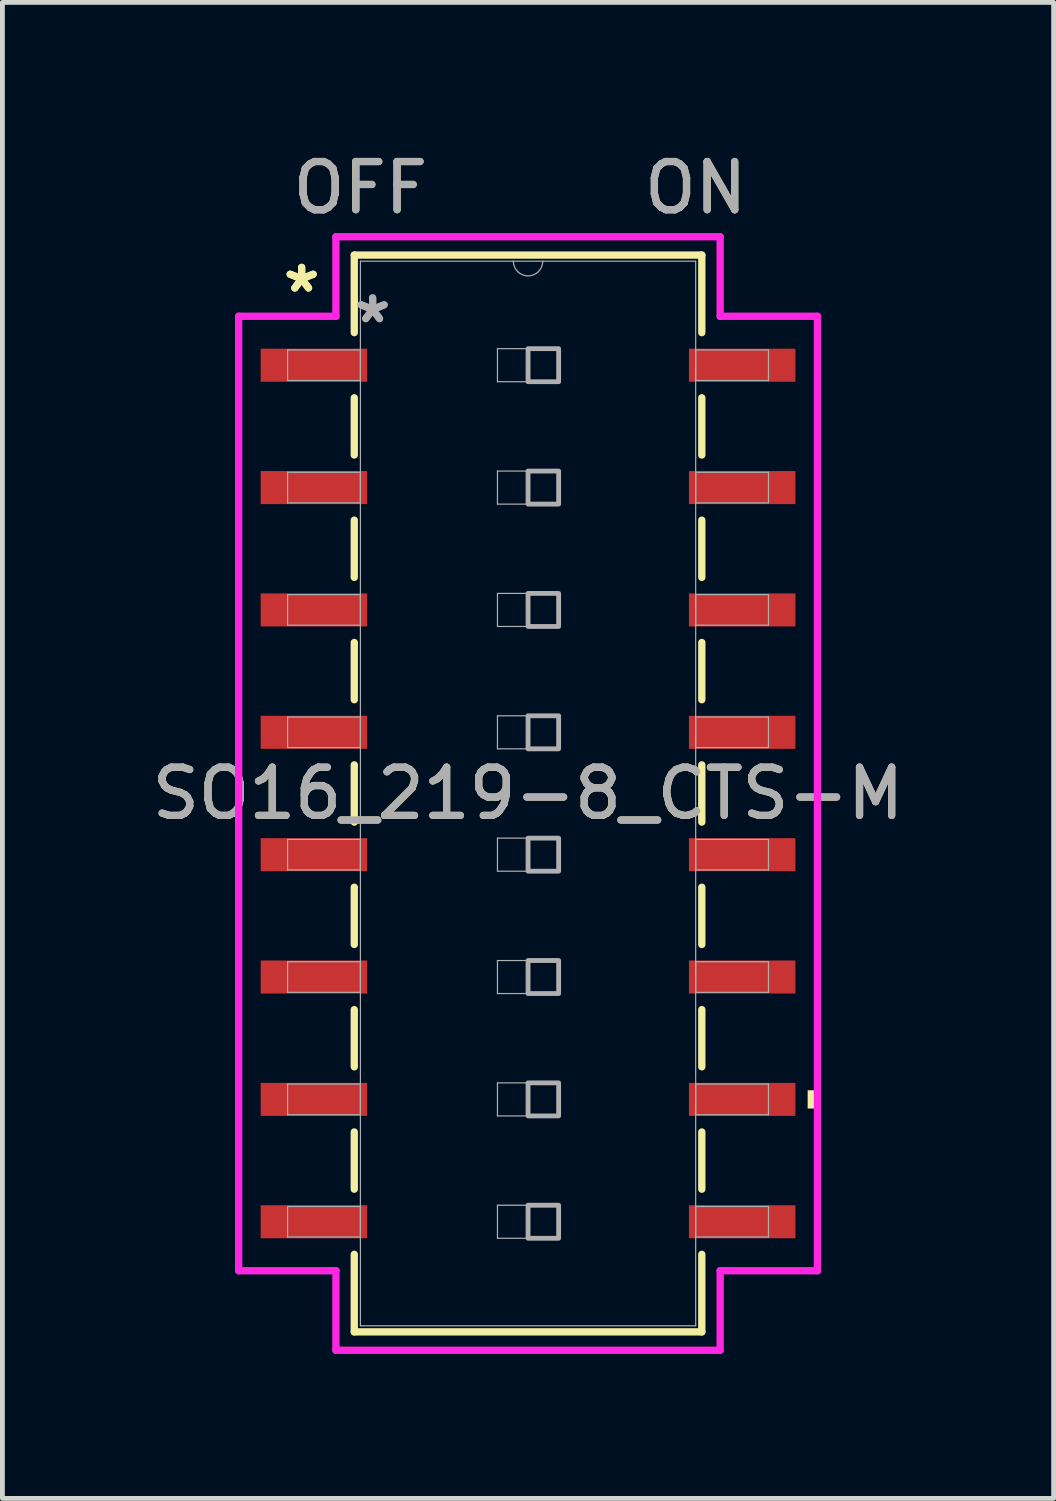
<source format=kicad_pcb>
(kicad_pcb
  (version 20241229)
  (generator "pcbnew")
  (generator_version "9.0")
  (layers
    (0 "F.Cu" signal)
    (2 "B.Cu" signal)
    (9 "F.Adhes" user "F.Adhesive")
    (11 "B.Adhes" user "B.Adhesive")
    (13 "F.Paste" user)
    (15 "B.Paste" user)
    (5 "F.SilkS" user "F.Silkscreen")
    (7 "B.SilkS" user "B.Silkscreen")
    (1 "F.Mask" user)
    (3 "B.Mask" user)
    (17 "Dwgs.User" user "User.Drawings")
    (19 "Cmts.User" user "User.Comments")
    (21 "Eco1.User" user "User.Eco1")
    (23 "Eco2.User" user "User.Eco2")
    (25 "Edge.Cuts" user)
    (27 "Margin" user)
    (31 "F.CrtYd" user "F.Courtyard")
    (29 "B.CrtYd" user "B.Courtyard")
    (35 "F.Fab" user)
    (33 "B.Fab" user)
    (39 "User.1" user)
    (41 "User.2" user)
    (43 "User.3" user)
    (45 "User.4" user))
  (footprint "SO16_219-8_CTS-M"
    (layer "F.Cu")
    (at 7.911 13.421)
    (property "Reference" "SO16_219-8_CTS-M" (at 0 0 0) (unlocked yes) (layer "F.SilkS") (effects (font (size 1 1) (thickness 0.15))))
    (attr smd)
    (fp_line (start -3.607 -11.176) (end -3.607 -9.566) (stroke (width 0.152) (type solid)) (layer "F.SilkS"))
    (fp_line (start -3.607 -8.214) (end -3.607 -7.026) (stroke (width 0.152) (type solid)) (layer "F.SilkS"))
    (fp_line (start -3.607 -5.674) (end -3.607 -4.486) (stroke (width 0.152) (type solid)) (layer "F.SilkS"))
    (fp_line (start -3.607 -3.134) (end -3.607 -1.946) (stroke (width 0.152) (type solid)) (layer "F.SilkS"))
    (fp_line (start -3.607 -0.594) (end -3.607 0.594) (stroke (width 0.152) (type solid)) (layer "F.SilkS"))
    (fp_line (start -3.607 1.946) (end -3.607 3.134) (stroke (width 0.152) (type solid)) (layer "F.SilkS"))
    (fp_line (start -3.607 4.486) (end -3.607 5.674) (stroke (width 0.152) (type solid)) (layer "F.SilkS"))
    (fp_line (start -3.607 7.026) (end -3.607 8.214) (stroke (width 0.152) (type solid)) (layer "F.SilkS"))
    (fp_line (start -3.607 9.566) (end -3.607 11.176) (stroke (width 0.152) (type solid)) (layer "F.SilkS"))
    (fp_line (start -3.607 11.176) (end 3.607 11.176) (stroke (width 0.152) (type solid)) (layer "F.SilkS"))
    (fp_line (start 3.607 -11.176) (end -3.607 -11.176) (stroke (width 0.152) (type solid)) (layer "F.SilkS"))
    (fp_line (start 3.607 -9.566) (end 3.607 -11.176) (stroke (width 0.152) (type solid)) (layer "F.SilkS"))
    (fp_line (start 3.607 -7.026) (end 3.607 -8.214) (stroke (width 0.152) (type solid)) (layer "F.SilkS"))
    (fp_line (start 3.607 -4.486) (end 3.607 -5.674) (stroke (width 0.152) (type solid)) (layer "F.SilkS"))
    (fp_line (start 3.607 -1.946) (end 3.607 -3.134) (stroke (width 0.152) (type solid)) (layer "F.SilkS"))
    (fp_line (start 3.607 0.594) (end 3.607 -0.594) (stroke (width 0.152) (type solid)) (layer "F.SilkS"))
    (fp_line (start 3.607 3.134) (end 3.607 1.946) (stroke (width 0.152) (type solid)) (layer "F.SilkS"))
    (fp_line (start 3.607 5.674) (end 3.607 4.486) (stroke (width 0.152) (type solid)) (layer "F.SilkS"))
    (fp_line (start 3.607 8.214) (end 3.607 7.026) (stroke (width 0.152) (type solid)) (layer "F.SilkS"))
    (fp_line (start 3.607 11.176) (end 3.607 9.566) (stroke (width 0.152) (type solid)) (layer "F.SilkS"))
    (fp_poly (pts (xy 6.058 6.16) (xy 6.058 6.54) (xy 5.804 6.54) (xy 5.804 6.16)) (stroke (width 0) (type solid)) (fill yes) (layer "F.SilkS"))
    (fp_line (start -6.007 -9.906) (end -3.988 -9.906) (stroke (width 0.152) (type solid)) (layer "F.CrtYd"))
    (fp_line (start -6.007 9.906) (end -6.007 -9.906) (stroke (width 0.152) (type solid)) (layer "F.CrtYd"))
    (fp_line (start -3.988 -11.557) (end 3.988 -11.557) (stroke (width 0.152) (type solid)) (layer "F.CrtYd"))
    (fp_line (start -3.988 -9.906) (end -3.988 -11.557) (stroke (width 0.152) (type solid)) (layer "F.CrtYd"))
    (fp_line (start -3.988 9.906) (end -6.007 9.906) (stroke (width 0.152) (type solid)) (layer "F.CrtYd"))
    (fp_line (start -3.988 11.557) (end -3.988 9.906) (stroke (width 0.152) (type solid)) (layer "F.CrtYd"))
    (fp_line (start 3.988 -11.557) (end 3.988 -9.906) (stroke (width 0.152) (type solid)) (layer "F.CrtYd"))
    (fp_line (start 3.988 -9.906) (end 6.007 -9.906) (stroke (width 0.152) (type solid)) (layer "F.CrtYd"))
    (fp_line (start 3.988 9.906) (end 3.988 11.557) (stroke (width 0.152) (type solid)) (layer "F.CrtYd"))
    (fp_line (start 3.988 11.557) (end -3.988 11.557) (stroke (width 0.152) (type solid)) (layer "F.CrtYd"))
    (fp_line (start 6.007 -9.906) (end 6.007 9.906) (stroke (width 0.152) (type solid)) (layer "F.CrtYd"))
    (fp_line (start 6.007 9.906) (end 3.988 9.906) (stroke (width 0.152) (type solid)) (layer "F.CrtYd"))
    (fp_line (start -4.991 -9.207) (end -4.991 -8.572) (stroke (width 0.025) (type solid)) (layer "F.Fab"))
    (fp_line (start -4.991 -8.572) (end -3.48 -8.572) (stroke (width 0.025) (type solid)) (layer "F.Fab"))
    (fp_line (start -4.991 -6.668) (end -4.991 -6.032) (stroke (width 0.025) (type solid)) (layer "F.Fab"))
    (fp_line (start -4.991 -6.032) (end -3.48 -6.032) (stroke (width 0.025) (type solid)) (layer "F.Fab"))
    (fp_line (start -4.991 -4.128) (end -4.991 -3.493) (stroke (width 0.025) (type solid)) (layer "F.Fab"))
    (fp_line (start -4.991 -3.493) (end -3.48 -3.493) (stroke (width 0.025) (type solid)) (layer "F.Fab"))
    (fp_line (start -4.991 -1.587) (end -4.991 -0.953) (stroke (width 0.025) (type solid)) (layer "F.Fab"))
    (fp_line (start -4.991 -0.953) (end -3.48 -0.953) (stroke (width 0.025) (type solid)) (layer "F.Fab"))
    (fp_line (start -4.991 0.953) (end -4.991 1.587) (stroke (width 0.025) (type solid)) (layer "F.Fab"))
    (fp_line (start -4.991 1.587) (end -3.48 1.587) (stroke (width 0.025) (type solid)) (layer "F.Fab"))
    (fp_line (start -4.991 3.493) (end -4.991 4.128) (stroke (width 0.025) (type solid)) (layer "F.Fab"))
    (fp_line (start -4.991 4.128) (end -3.48 4.128) (stroke (width 0.025) (type solid)) (layer "F.Fab"))
    (fp_line (start -4.991 6.032) (end -4.991 6.668) (stroke (width 0.025) (type solid)) (layer "F.Fab"))
    (fp_line (start -4.991 6.668) (end -3.48 6.668) (stroke (width 0.025) (type solid)) (layer "F.Fab"))
    (fp_line (start -4.991 8.572) (end -4.991 9.207) (stroke (width 0.025) (type solid)) (layer "F.Fab"))
    (fp_line (start -4.991 9.207) (end -3.48 9.207) (stroke (width 0.025) (type solid)) (layer "F.Fab"))
    (fp_line (start -3.48 -11.049) (end -3.48 11.049) (stroke (width 0.025) (type solid)) (layer "F.Fab"))
    (fp_line (start -3.48 -9.207) (end -4.991 -9.207) (stroke (width 0.025) (type solid)) (layer "F.Fab"))
    (fp_line (start -3.48 -8.572) (end -3.48 -9.207) (stroke (width 0.025) (type solid)) (layer "F.Fab"))
    (fp_line (start -3.48 -6.668) (end -4.991 -6.668) (stroke (width 0.025) (type solid)) (layer "F.Fab"))
    (fp_line (start -3.48 -6.032) (end -3.48 -6.668) (stroke (width 0.025) (type solid)) (layer "F.Fab"))
    (fp_line (start -3.48 -4.128) (end -4.991 -4.128) (stroke (width 0.025) (type solid)) (layer "F.Fab"))
    (fp_line (start -3.48 -3.493) (end -3.48 -4.128) (stroke (width 0.025) (type solid)) (layer "F.Fab"))
    (fp_line (start -3.48 -1.587) (end -4.991 -1.587) (stroke (width 0.025) (type solid)) (layer "F.Fab"))
    (fp_line (start -3.48 -0.953) (end -3.48 -1.587) (stroke (width 0.025) (type solid)) (layer "F.Fab"))
    (fp_line (start -3.48 0.953) (end -4.991 0.953) (stroke (width 0.025) (type solid)) (layer "F.Fab"))
    (fp_line (start -3.48 1.587) (end -3.48 0.953) (stroke (width 0.025) (type solid)) (layer "F.Fab"))
    (fp_line (start -3.48 3.493) (end -4.991 3.493) (stroke (width 0.025) (type solid)) (layer "F.Fab"))
    (fp_line (start -3.48 4.128) (end -3.48 3.493) (stroke (width 0.025) (type solid)) (layer "F.Fab"))
    (fp_line (start -3.48 6.032) (end -4.991 6.032) (stroke (width 0.025) (type solid)) (layer "F.Fab"))
    (fp_line (start -3.48 6.668) (end -3.48 6.032) (stroke (width 0.025) (type solid)) (layer "F.Fab"))
    (fp_line (start -3.48 8.572) (end -4.991 8.572) (stroke (width 0.025) (type solid)) (layer "F.Fab"))
    (fp_line (start -3.48 9.207) (end -3.48 8.572) (stroke (width 0.025) (type solid)) (layer "F.Fab"))
    (fp_line (start -3.48 11.049) (end 3.48 11.049) (stroke (width 0.025) (type solid)) (layer "F.Fab"))
    (fp_line (start -0.635 -9.233) (end 0.635 -9.233) (stroke (width 0.025) (type solid)) (layer "F.Fab"))
    (fp_line (start -0.635 -8.547) (end -0.635 -9.233) (stroke (width 0.025) (type solid)) (layer "F.Fab"))
    (fp_line (start -0.635 -6.693) (end 0.635 -6.693) (stroke (width 0.025) (type solid)) (layer "F.Fab"))
    (fp_line (start -0.635 -6.007) (end -0.635 -6.693) (stroke (width 0.025) (type solid)) (layer "F.Fab"))
    (fp_line (start -0.635 -4.153) (end 0.635 -4.153) (stroke (width 0.025) (type solid)) (layer "F.Fab"))
    (fp_line (start -0.635 -3.467) (end -0.635 -4.153) (stroke (width 0.025) (type solid)) (layer "F.Fab"))
    (fp_line (start -0.635 -1.613) (end 0.635 -1.613) (stroke (width 0.025) (type solid)) (layer "F.Fab"))
    (fp_line (start -0.635 -0.927) (end -0.635 -1.613) (stroke (width 0.025) (type solid)) (layer "F.Fab"))
    (fp_line (start -0.635 0.927) (end 0.635 0.927) (stroke (width 0.025) (type solid)) (layer "F.Fab"))
    (fp_line (start -0.635 1.613) (end -0.635 0.927) (stroke (width 0.025) (type solid)) (layer "F.Fab"))
    (fp_line (start -0.635 3.467) (end 0.635 3.467) (stroke (width 0.025) (type solid)) (layer "F.Fab"))
    (fp_line (start -0.635 4.153) (end -0.635 3.467) (stroke (width 0.025) (type solid)) (layer "F.Fab"))
    (fp_line (start -0.635 6.007) (end 0.635 6.007) (stroke (width 0.025) (type solid)) (layer "F.Fab"))
    (fp_line (start -0.635 6.693) (end -0.635 6.007) (stroke (width 0.025) (type solid)) (layer "F.Fab"))
    (fp_line (start -0.635 8.547) (end 0.635 8.547) (stroke (width 0.025) (type solid)) (layer "F.Fab"))
    (fp_line (start -0.635 9.233) (end -0.635 8.547) (stroke (width 0.025) (type solid)) (layer "F.Fab"))
    (fp_line (start 0.635 -9.233) (end 0.635 -8.547) (stroke (width 0.025) (type solid)) (layer "F.Fab"))
    (fp_line (start 0.635 -8.547) (end -0.635 -8.547) (stroke (width 0.025) (type solid)) (layer "F.Fab"))
    (fp_line (start 0.635 -6.693) (end 0.635 -6.007) (stroke (width 0.025) (type solid)) (layer "F.Fab"))
    (fp_line (start 0.635 -6.007) (end -0.635 -6.007) (stroke (width 0.025) (type solid)) (layer "F.Fab"))
    (fp_line (start 0.635 -4.153) (end 0.635 -3.467) (stroke (width 0.025) (type solid)) (layer "F.Fab"))
    (fp_line (start 0.635 -3.467) (end -0.635 -3.467) (stroke (width 0.025) (type solid)) (layer "F.Fab"))
    (fp_line (start 0.635 -1.613) (end 0.635 -0.927) (stroke (width 0.025) (type solid)) (layer "F.Fab"))
    (fp_line (start 0.635 -0.927) (end -0.635 -0.927) (stroke (width 0.025) (type solid)) (layer "F.Fab"))
    (fp_line (start 0.635 0.927) (end 0.635 1.613) (stroke (width 0.025) (type solid)) (layer "F.Fab"))
    (fp_line (start 0.635 1.613) (end -0.635 1.613) (stroke (width 0.025) (type solid)) (layer "F.Fab"))
    (fp_line (start 0.635 3.467) (end 0.635 4.153) (stroke (width 0.025) (type solid)) (layer "F.Fab"))
    (fp_line (start 0.635 4.153) (end -0.635 4.153) (stroke (width 0.025) (type solid)) (layer "F.Fab"))
    (fp_line (start 0.635 6.007) (end 0.635 6.693) (stroke (width 0.025) (type solid)) (layer "F.Fab"))
    (fp_line (start 0.635 6.693) (end -0.635 6.693) (stroke (width 0.025) (type solid)) (layer "F.Fab"))
    (fp_line (start 0.635 8.547) (end 0.635 9.233) (stroke (width 0.025) (type solid)) (layer "F.Fab"))
    (fp_line (start 0.635 9.233) (end -0.635 9.233) (stroke (width 0.025) (type solid)) (layer "F.Fab"))
    (fp_line (start 3.48 -11.049) (end -3.48 -11.049) (stroke (width 0.025) (type solid)) (layer "F.Fab"))
    (fp_line (start 3.48 -9.207) (end 3.48 -8.572) (stroke (width 0.025) (type solid)) (layer "F.Fab"))
    (fp_line (start 3.48 -8.572) (end 4.991 -8.572) (stroke (width 0.025) (type solid)) (layer "F.Fab"))
    (fp_line (start 3.48 -6.668) (end 3.48 -6.032) (stroke (width 0.025) (type solid)) (layer "F.Fab"))
    (fp_line (start 3.48 -6.032) (end 4.991 -6.032) (stroke (width 0.025) (type solid)) (layer "F.Fab"))
    (fp_line (start 3.48 -4.128) (end 3.48 -3.493) (stroke (width 0.025) (type solid)) (layer "F.Fab"))
    (fp_line (start 3.48 -3.493) (end 4.991 -3.493) (stroke (width 0.025) (type solid)) (layer "F.Fab"))
    (fp_line (start 3.48 -1.587) (end 3.48 -0.953) (stroke (width 0.025) (type solid)) (layer "F.Fab"))
    (fp_line (start 3.48 -0.953) (end 4.991 -0.953) (stroke (width 0.025) (type solid)) (layer "F.Fab"))
    (fp_line (start 3.48 0.953) (end 3.48 1.587) (stroke (width 0.025) (type solid)) (layer "F.Fab"))
    (fp_line (start 3.48 1.587) (end 4.991 1.587) (stroke (width 0.025) (type solid)) (layer "F.Fab"))
    (fp_line (start 3.48 3.493) (end 3.48 4.128) (stroke (width 0.025) (type solid)) (layer "F.Fab"))
    (fp_line (start 3.48 4.128) (end 4.991 4.128) (stroke (width 0.025) (type solid)) (layer "F.Fab"))
    (fp_line (start 3.48 6.032) (end 3.48 6.668) (stroke (width 0.025) (type solid)) (layer "F.Fab"))
    (fp_line (start 3.48 6.668) (end 4.991 6.668) (stroke (width 0.025) (type solid)) (layer "F.Fab"))
    (fp_line (start 3.48 8.572) (end 3.48 9.207) (stroke (width 0.025) (type solid)) (layer "F.Fab"))
    (fp_line (start 3.48 9.207) (end 4.991 9.207) (stroke (width 0.025) (type solid)) (layer "F.Fab"))
    (fp_line (start 3.48 11.049) (end 3.48 -11.049) (stroke (width 0.025) (type solid)) (layer "F.Fab"))
    (fp_line (start 4.991 -9.207) (end 3.48 -9.207) (stroke (width 0.025) (type solid)) (layer "F.Fab"))
    (fp_line (start 4.991 -8.572) (end 4.991 -9.207) (stroke (width 0.025) (type solid)) (layer "F.Fab"))
    (fp_line (start 4.991 -6.668) (end 3.48 -6.668) (stroke (width 0.025) (type solid)) (layer "F.Fab"))
    (fp_line (start 4.991 -6.032) (end 4.991 -6.668) (stroke (width 0.025) (type solid)) (layer "F.Fab"))
    (fp_line (start 4.991 -4.128) (end 3.48 -4.128) (stroke (width 0.025) (type solid)) (layer "F.Fab"))
    (fp_line (start 4.991 -3.493) (end 4.991 -4.128) (stroke (width 0.025) (type solid)) (layer "F.Fab"))
    (fp_line (start 4.991 -1.587) (end 3.48 -1.587) (stroke (width 0.025) (type solid)) (layer "F.Fab"))
    (fp_line (start 4.991 -0.953) (end 4.991 -1.587) (stroke (width 0.025) (type solid)) (layer "F.Fab"))
    (fp_line (start 4.991 0.953) (end 3.48 0.953) (stroke (width 0.025) (type solid)) (layer "F.Fab"))
    (fp_line (start 4.991 1.587) (end 4.991 0.953) (stroke (width 0.025) (type solid)) (layer "F.Fab"))
    (fp_line (start 4.991 3.493) (end 3.48 3.493) (stroke (width 0.025) (type solid)) (layer "F.Fab"))
    (fp_line (start 4.991 4.128) (end 4.991 3.493) (stroke (width 0.025) (type solid)) (layer "F.Fab"))
    (fp_line (start 4.991 6.032) (end 3.48 6.032) (stroke (width 0.025) (type solid)) (layer "F.Fab"))
    (fp_line (start 4.991 6.668) (end 4.991 6.032) (stroke (width 0.025) (type solid)) (layer "F.Fab"))
    (fp_line (start 4.991 8.572) (end 3.48 8.572) (stroke (width 0.025) (type solid)) (layer "F.Fab"))
    (fp_line (start 4.991 9.207) (end 4.991 8.572) (stroke (width 0.025) (type solid)) (layer "F.Fab"))
    (fp_arc (start 0.3048 -11.049) (mid 0 -10.7442) (end -0.3048 -11.049) (stroke (width 0.0254) (type solid)) (layer "F.Fab"))
    (fp_poly (pts (xy 0 -9.233) (xy 0.635 -9.233) (xy 0.635 -8.547) (xy 0 -8.547)) (stroke (width 0.1) (type solid)) (fill no) (layer "F.Fab"))
    (fp_poly (pts (xy 0 -6.693) (xy 0.635 -6.693) (xy 0.635 -6.007) (xy 0 -6.007)) (stroke (width 0.1) (type solid)) (fill no) (layer "F.Fab"))
    (fp_poly (pts (xy 0 -4.153) (xy 0.635 -4.153) (xy 0.635 -3.467) (xy 0 -3.467)) (stroke (width 0.1) (type solid)) (fill no) (layer "F.Fab"))
    (fp_poly (pts (xy 0 -1.613) (xy 0.635 -1.613) (xy 0.635 -0.927) (xy 0 -0.927)) (stroke (width 0.1) (type solid)) (fill no) (layer "F.Fab"))
    (fp_poly (pts (xy 0 0.927) (xy 0.635 0.927) (xy 0.635 1.613) (xy 0 1.613)) (stroke (width 0.1) (type solid)) (fill no) (layer "F.Fab"))
    (fp_poly (pts (xy 0 3.467) (xy 0.635 3.467) (xy 0.635 4.153) (xy 0 4.153)) (stroke (width 0.1) (type solid)) (fill no) (layer "F.Fab"))
    (fp_poly (pts (xy 0 6.007) (xy 0.635 6.007) (xy 0.635 6.693) (xy 0 6.693)) (stroke (width 0.1) (type solid)) (fill no) (layer "F.Fab"))
    (fp_poly (pts (xy 0 8.547) (xy 0.635 8.547) (xy 0.635 9.233) (xy 0 9.233)) (stroke (width 0.1) (type solid)) (fill no) (layer "F.Fab"))
    (fp_text user "ON" (at 3.48 -12.573 0) (unlocked yes) (layer "F.SilkS") (effects (font (size 1 1) (thickness 0.15))))
    (fp_text user "OFF" (at -3.48 -12.573 0) (unlocked yes) (layer "F.SilkS") (effects (font (size 1 1) (thickness 0.15))))
    (fp_text user "*" (at -4.699 -10.376 0) (layer "F.SilkS") (effects (font (size 1 1) (thickness 0.15))))
    (fp_text user "*" (at -4.699 -10.376 0) (unlocked yes) (layer "F.SilkS") (effects (font (size 1 1) (thickness 0.15))))
    (fp_text user "*" (at -3.226 -9.741 0) (layer "F.Fab") (effects (font (size 1 1) (thickness 0.15))))
    (fp_text user "OFF" (at -3.48 -12.573 0) (unlocked yes) (layer "F.Fab") (effects (font (size 1 1) (thickness 0.15))))
    (fp_text user "${REFERENCE}" (at 0 0 0) (unlocked yes) (layer "F.Fab") (effects (font (size 1 1) (thickness 0.15))))
    (fp_text user "*" (at -3.226 -9.741 0) (unlocked yes) (layer "F.Fab") (effects (font (size 1 1) (thickness 0.15))))
    (fp_text user "ON" (at 3.48 -12.573 0) (unlocked yes) (layer "F.Fab") (effects (font (size 1 1) (thickness 0.15))))
    (pad "1" smd rect (at -4.445 -8.89) (size 2.21 0.686) (layers "F.Cu" "F.Mask" "F.Paste"))
    (pad "2" smd rect (at -4.445 -6.35) (size 2.21 0.686) (layers "F.Cu" "F.Mask" "F.Paste"))
    (pad "3" smd rect (at -4.445 -3.81) (size 2.21 0.686) (layers "F.Cu" "F.Mask" "F.Paste"))
    (pad "4" smd rect (at -4.445 -1.27) (size 2.21 0.686) (layers "F.Cu" "F.Mask" "F.Paste"))
    (pad "5" smd rect (at -4.445 1.27) (size 2.21 0.686) (layers "F.Cu" "F.Mask" "F.Paste"))
    (pad "6" smd rect (at -4.445 3.81) (size 2.21 0.686) (layers "F.Cu" "F.Mask" "F.Paste"))
    (pad "7" smd rect (at -4.445 6.35) (size 2.21 0.686) (layers "F.Cu" "F.Mask" "F.Paste"))
    (pad "8" smd rect (at -4.445 8.89) (size 2.21 0.686) (layers "F.Cu" "F.Mask" "F.Paste"))
    (pad "9" smd rect (at 4.445 8.89) (size 2.21 0.686) (layers "F.Cu" "F.Mask" "F.Paste"))
    (pad "10" smd rect (at 4.445 6.35) (size 2.21 0.686) (layers "F.Cu" "F.Mask" "F.Paste"))
    (pad "11" smd rect (at 4.445 3.81) (size 2.21 0.686) (layers "F.Cu" "F.Mask" "F.Paste"))
    (pad "12" smd rect (at 4.445 1.27) (size 2.21 0.686) (layers "F.Cu" "F.Mask" "F.Paste"))
    (pad "13" smd rect (at 4.445 -1.27) (size 2.21 0.686) (layers "F.Cu" "F.Mask" "F.Paste"))
    (pad "14" smd rect (at 4.445 -3.81) (size 2.21 0.686) (layers "F.Cu" "F.Mask" "F.Paste"))
    (pad "15" smd rect (at 4.445 -6.35) (size 2.21 0.686) (layers "F.Cu" "F.Mask" "F.Paste"))
    (pad "16" smd rect (at 4.445 -8.89) (size 2.21 0.686) (layers "F.Cu" "F.Mask" "F.Paste")))
  (gr_rect
    (start -3 -3)
    (end 18.821 28.054)
    (stroke (width 0.1) (type default))
    (fill no)
    (layer "Edge.Cuts")))
</source>
